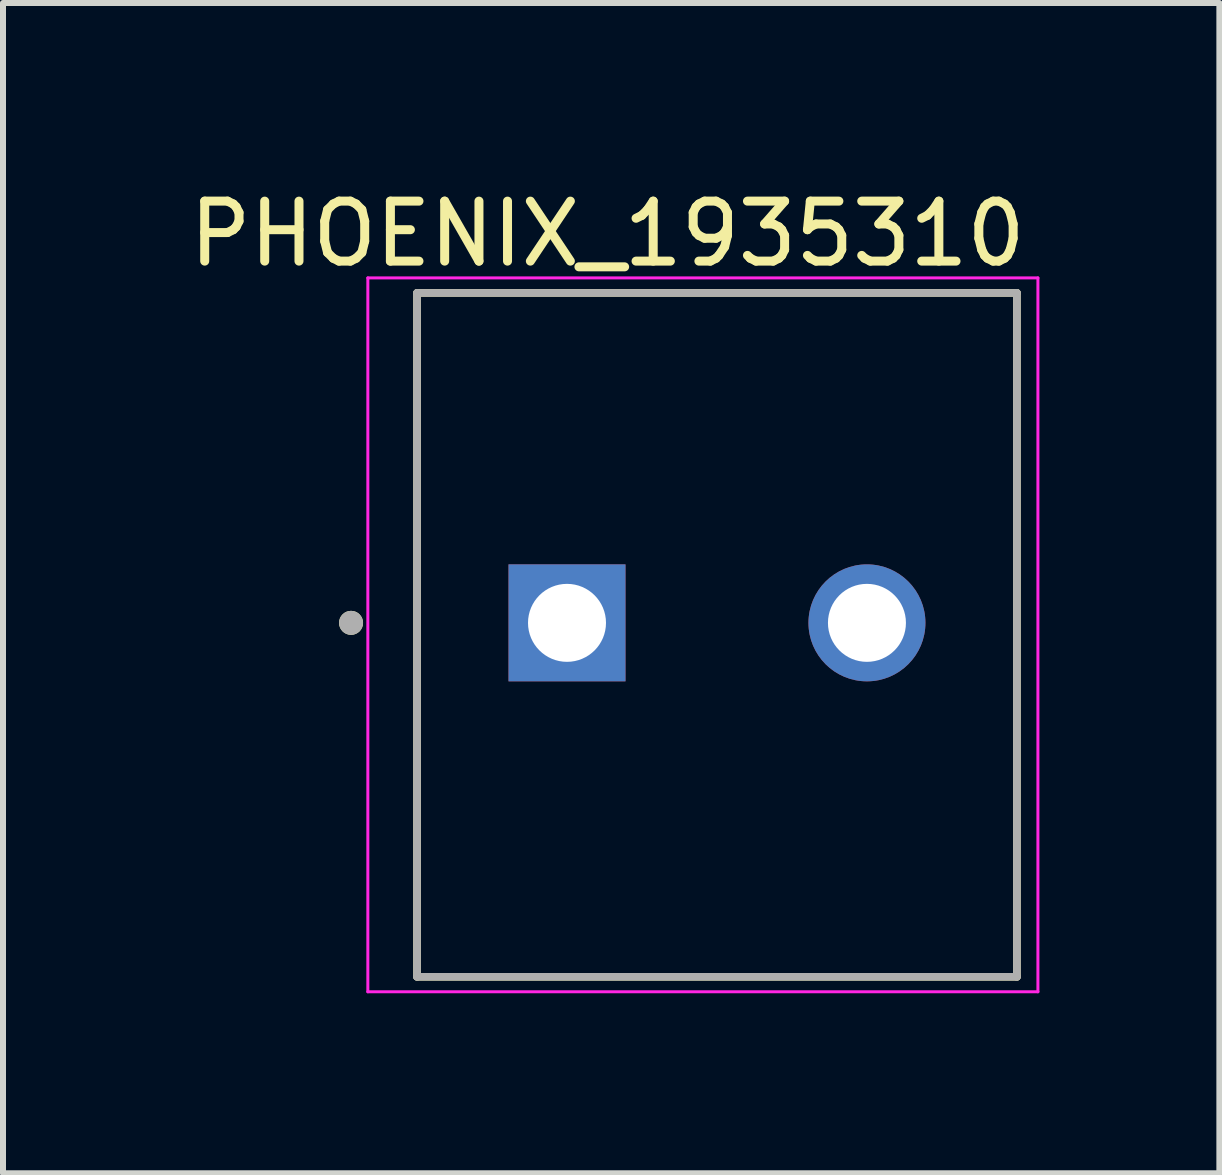
<source format=kicad_pcb>
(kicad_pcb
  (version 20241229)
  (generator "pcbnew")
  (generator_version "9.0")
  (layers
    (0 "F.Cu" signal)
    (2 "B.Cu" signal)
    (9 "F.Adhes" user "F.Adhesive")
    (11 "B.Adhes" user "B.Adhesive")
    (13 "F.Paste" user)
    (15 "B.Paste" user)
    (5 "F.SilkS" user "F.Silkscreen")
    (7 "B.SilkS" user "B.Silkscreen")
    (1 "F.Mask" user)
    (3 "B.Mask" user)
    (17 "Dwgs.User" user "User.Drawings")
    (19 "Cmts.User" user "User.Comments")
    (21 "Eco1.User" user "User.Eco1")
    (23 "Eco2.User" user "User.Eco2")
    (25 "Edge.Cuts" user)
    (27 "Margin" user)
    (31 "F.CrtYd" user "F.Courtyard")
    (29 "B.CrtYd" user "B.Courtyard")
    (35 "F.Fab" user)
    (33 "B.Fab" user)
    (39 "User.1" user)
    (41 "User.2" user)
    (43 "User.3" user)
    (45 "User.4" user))
  (footprint "PHOENIX_1935310"
    (layer "F.Cu")
    (at 3.902 13.233)
    (property "Reference" "PHOENIX_1935310" (at 3.175 -12.385 0) (layer "F.SilkS") (effects (font (size 1 1) (thickness 0.15))))
    (attr through_hole)
    (fp_line (start 0 -11.4) (end 10 -11.4) (stroke (width 0.127) (type solid)) (layer "F.SilkS"))
    (fp_line (start 0 0) (end 0 -11.4) (stroke (width 0.127) (type solid)) (layer "F.SilkS"))
    (fp_line (start 0 0) (end 10 0) (stroke (width 0.127) (type solid)) (layer "F.SilkS"))
    (fp_line (start 10 0) (end 10 -11.4) (stroke (width 0.127) (type solid)) (layer "F.SilkS"))
    (fp_circle (center -1.1 -5.9) (end -1 -5.9) (stroke (width 0.2) (type solid)) (fill no) (layer "F.SilkS"))
    (fp_line (start -0.82 -11.65) (end 10.35 -11.65) (stroke (width 0.05) (type solid)) (layer "F.CrtYd"))
    (fp_line (start -0.82 0.25) (end -0.82 -11.65) (stroke (width 0.05) (type solid)) (layer "F.CrtYd"))
    (fp_line (start 10.35 -11.65) (end 10.35 0.25) (stroke (width 0.05) (type solid)) (layer "F.CrtYd"))
    (fp_line (start 10.35 0.25) (end -0.82 0.25) (stroke (width 0.05) (type solid)) (layer "F.CrtYd"))
    (fp_line (start 0 -11.4) (end 10 -11.4) (stroke (width 0.127) (type solid)) (layer "F.Fab"))
    (fp_line (start 0 0) (end 0 -11.4) (stroke (width 0.127) (type solid)) (layer "F.Fab"))
    (fp_line (start 0 0) (end 10 0) (stroke (width 0.127) (type solid)) (layer "F.Fab"))
    (fp_line (start 10 0) (end 10 -11.4) (stroke (width 0.127) (type solid)) (layer "F.Fab"))
    (fp_circle (center -1.1 -5.9) (end -1 -5.9) (stroke (width 0.2) (type solid)) (fill no) (layer "F.Fab"))
    (pad "1" thru_hole rect (at 2.5 -5.9) (size 1.95 1.95) (drill 1.3) (layers "*.Cu" "*.Mask"))
    (pad "2" thru_hole circle (at 7.5 -5.9) (size 1.95 1.95) (drill 1.3) (layers "*.Cu" "*.Mask")))
  (gr_rect
    (start -3 -3)
    (end 17.277 16.508)
    (stroke (width 0.1) (type default))
    (fill no)
    (layer "Edge.Cuts")))
</source>
